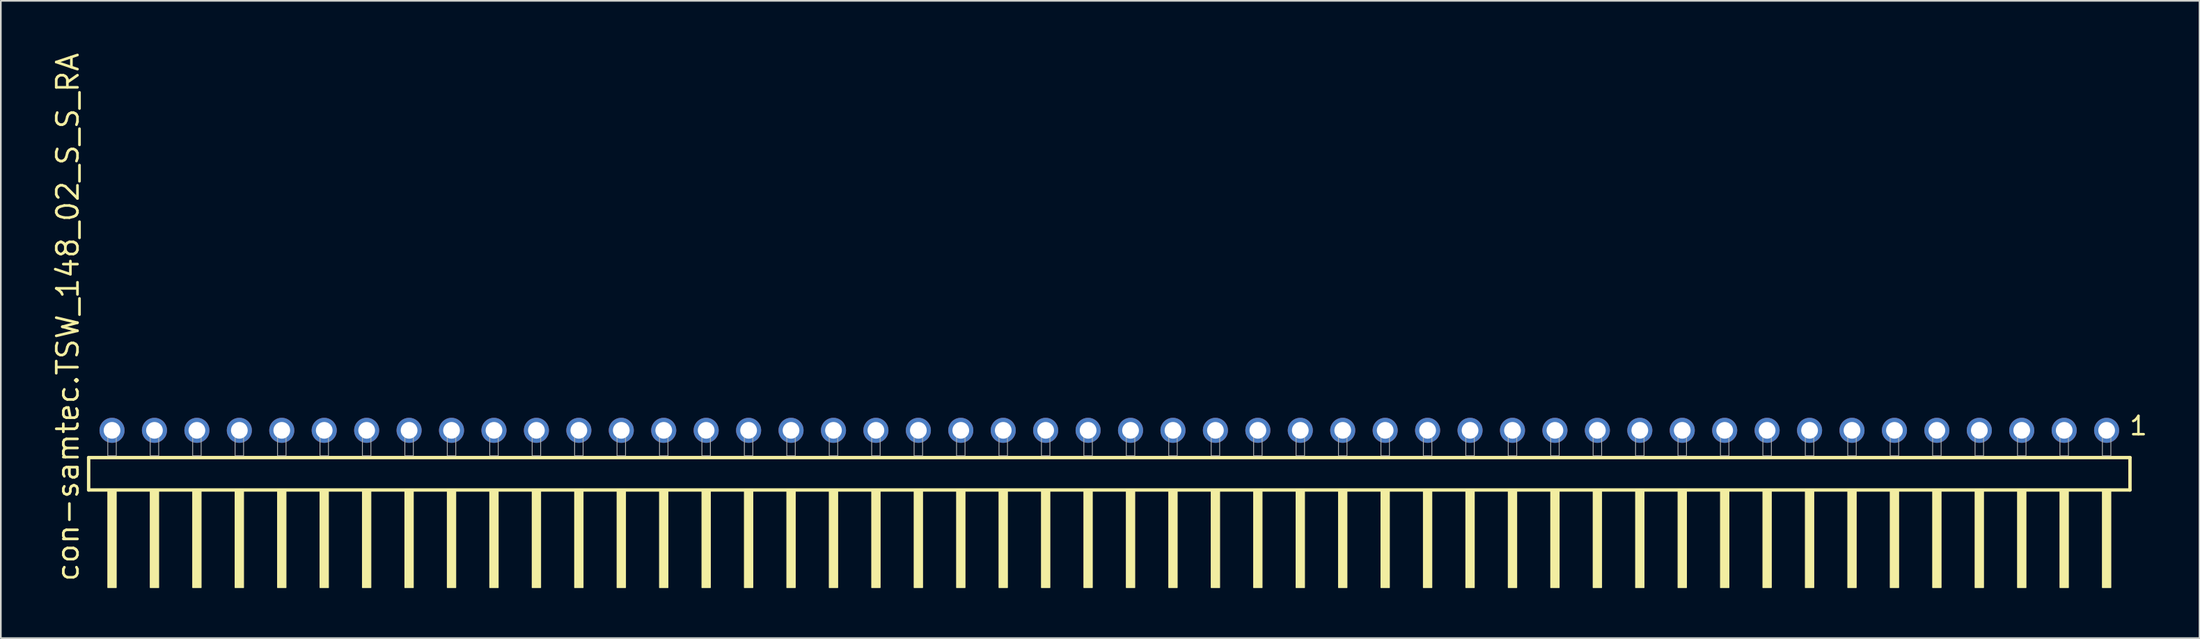
<source format=kicad_pcb>
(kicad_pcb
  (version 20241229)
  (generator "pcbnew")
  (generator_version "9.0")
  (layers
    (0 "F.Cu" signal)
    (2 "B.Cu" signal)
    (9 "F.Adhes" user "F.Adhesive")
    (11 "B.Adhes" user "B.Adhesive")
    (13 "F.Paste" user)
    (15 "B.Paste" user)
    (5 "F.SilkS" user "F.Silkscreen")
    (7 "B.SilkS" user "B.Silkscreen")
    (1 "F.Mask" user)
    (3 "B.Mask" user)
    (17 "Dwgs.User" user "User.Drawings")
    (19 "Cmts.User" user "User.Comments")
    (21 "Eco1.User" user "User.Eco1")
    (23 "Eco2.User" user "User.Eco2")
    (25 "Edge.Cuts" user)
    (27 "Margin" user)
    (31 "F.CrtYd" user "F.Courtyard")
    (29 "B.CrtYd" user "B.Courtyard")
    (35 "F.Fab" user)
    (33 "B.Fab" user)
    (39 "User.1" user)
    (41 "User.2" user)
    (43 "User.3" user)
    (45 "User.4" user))
  (footprint "con-samtec.TSW_148_02_S_S_RA"
    (layer "F.Cu")
    (at 63.345 24.235)
    (property "Reference" "con-samtec.TSW_148_02_S_S_RA" (at -61.595 7.62 90) (layer "F.SilkS") (effects (font (size 1.27 1.27) (thickness 0.16)) (justify left bottom)))
    (attr through_hole)
    (fp_line (start -61.089 0.106) (end -61.089 2.046) (stroke (width 0.203) (type default)) (layer "F.SilkS"))
    (fp_line (start -61.089 2.046) (end 61.089 2.046) (stroke (width 0.203) (type default)) (layer "F.SilkS"))
    (fp_line (start 61.089 0.106) (end -61.089 0.106) (stroke (width 0.203) (type default)) (layer "F.SilkS"))
    (fp_line (start 61.089 2.046) (end 61.089 0.106) (stroke (width 0.203) (type default)) (layer "F.SilkS"))
    (fp_rect (start -59.944 7.89) (end -59.436 2.04) (stroke (width 0.05) (type default)) (fill yes) (layer "F.SilkS"))
    (fp_rect (start -57.404 7.89) (end -56.896 2.04) (stroke (width 0.05) (type default)) (fill yes) (layer "F.SilkS"))
    (fp_rect (start -54.864 7.89) (end -54.356 2.04) (stroke (width 0.05) (type default)) (fill yes) (layer "F.SilkS"))
    (fp_rect (start -52.324 7.89) (end -51.816 2.04) (stroke (width 0.05) (type default)) (fill yes) (layer "F.SilkS"))
    (fp_rect (start -49.784 7.89) (end -49.276 2.04) (stroke (width 0.05) (type default)) (fill yes) (layer "F.SilkS"))
    (fp_rect (start -47.244 7.89) (end -46.736 2.04) (stroke (width 0.05) (type default)) (fill yes) (layer "F.SilkS"))
    (fp_rect (start -44.704 7.89) (end -44.196 2.04) (stroke (width 0.05) (type default)) (fill yes) (layer "F.SilkS"))
    (fp_rect (start -42.164 7.89) (end -41.656 2.04) (stroke (width 0.05) (type default)) (fill yes) (layer "F.SilkS"))
    (fp_rect (start -39.624 7.89) (end -39.116 2.04) (stroke (width 0.05) (type default)) (fill yes) (layer "F.SilkS"))
    (fp_rect (start -37.084 7.89) (end -36.576 2.04) (stroke (width 0.05) (type default)) (fill yes) (layer "F.SilkS"))
    (fp_rect (start -34.544 7.89) (end -34.036 2.04) (stroke (width 0.05) (type default)) (fill yes) (layer "F.SilkS"))
    (fp_rect (start -32.004 7.89) (end -31.496 2.04) (stroke (width 0.05) (type default)) (fill yes) (layer "F.SilkS"))
    (fp_rect (start -29.464 7.89) (end -28.956 2.04) (stroke (width 0.05) (type default)) (fill yes) (layer "F.SilkS"))
    (fp_rect (start -26.924 7.89) (end -26.416 2.04) (stroke (width 0.05) (type default)) (fill yes) (layer "F.SilkS"))
    (fp_rect (start -24.384 7.89) (end -23.876 2.04) (stroke (width 0.05) (type default)) (fill yes) (layer "F.SilkS"))
    (fp_rect (start -21.844 7.89) (end -21.336 2.04) (stroke (width 0.05) (type default)) (fill yes) (layer "F.SilkS"))
    (fp_rect (start -19.304 7.89) (end -18.796 2.04) (stroke (width 0.05) (type default)) (fill yes) (layer "F.SilkS"))
    (fp_rect (start -16.764 7.89) (end -16.256 2.04) (stroke (width 0.05) (type default)) (fill yes) (layer "F.SilkS"))
    (fp_rect (start -14.224 7.89) (end -13.716 2.04) (stroke (width 0.05) (type default)) (fill yes) (layer "F.SilkS"))
    (fp_rect (start -11.684 7.89) (end -11.176 2.04) (stroke (width 0.05) (type default)) (fill yes) (layer "F.SilkS"))
    (fp_rect (start -9.144 7.89) (end -8.636 2.04) (stroke (width 0.05) (type default)) (fill yes) (layer "F.SilkS"))
    (fp_rect (start -6.604 7.89) (end -6.096 2.04) (stroke (width 0.05) (type default)) (fill yes) (layer "F.SilkS"))
    (fp_rect (start -4.064 7.89) (end -3.556 2.04) (stroke (width 0.05) (type default)) (fill yes) (layer "F.SilkS"))
    (fp_rect (start -1.524 7.89) (end -1.016 2.04) (stroke (width 0.05) (type default)) (fill yes) (layer "F.SilkS"))
    (fp_rect (start 1.016 7.89) (end 1.524 2.04) (stroke (width 0.05) (type default)) (fill yes) (layer "F.SilkS"))
    (fp_rect (start 3.556 7.89) (end 4.064 2.04) (stroke (width 0.05) (type default)) (fill yes) (layer "F.SilkS"))
    (fp_rect (start 6.096 7.89) (end 6.604 2.04) (stroke (width 0.05) (type default)) (fill yes) (layer "F.SilkS"))
    (fp_rect (start 8.636 7.89) (end 9.144 2.04) (stroke (width 0.05) (type default)) (fill yes) (layer "F.SilkS"))
    (fp_rect (start 11.176 7.89) (end 11.684 2.04) (stroke (width 0.05) (type default)) (fill yes) (layer "F.SilkS"))
    (fp_rect (start 13.716 7.89) (end 14.224 2.04) (stroke (width 0.05) (type default)) (fill yes) (layer "F.SilkS"))
    (fp_rect (start 16.256 7.89) (end 16.764 2.04) (stroke (width 0.05) (type default)) (fill yes) (layer "F.SilkS"))
    (fp_rect (start 18.796 7.89) (end 19.304 2.04) (stroke (width 0.05) (type default)) (fill yes) (layer "F.SilkS"))
    (fp_rect (start 21.336 7.89) (end 21.844 2.04) (stroke (width 0.05) (type default)) (fill yes) (layer "F.SilkS"))
    (fp_rect (start 23.876 7.89) (end 24.384 2.04) (stroke (width 0.05) (type default)) (fill yes) (layer "F.SilkS"))
    (fp_rect (start 26.416 7.89) (end 26.924 2.04) (stroke (width 0.05) (type default)) (fill yes) (layer "F.SilkS"))
    (fp_rect (start 28.956 7.89) (end 29.464 2.04) (stroke (width 0.05) (type default)) (fill yes) (layer "F.SilkS"))
    (fp_rect (start 31.496 7.89) (end 32.004 2.04) (stroke (width 0.05) (type default)) (fill yes) (layer "F.SilkS"))
    (fp_rect (start 34.036 7.89) (end 34.544 2.04) (stroke (width 0.05) (type default)) (fill yes) (layer "F.SilkS"))
    (fp_rect (start 36.576 7.89) (end 37.084 2.04) (stroke (width 0.05) (type default)) (fill yes) (layer "F.SilkS"))
    (fp_rect (start 39.116 7.89) (end 39.624 2.04) (stroke (width 0.05) (type default)) (fill yes) (layer "F.SilkS"))
    (fp_rect (start 41.656 7.89) (end 42.164 2.04) (stroke (width 0.05) (type default)) (fill yes) (layer "F.SilkS"))
    (fp_rect (start 44.196 7.89) (end 44.704 2.04) (stroke (width 0.05) (type default)) (fill yes) (layer "F.SilkS"))
    (fp_rect (start 46.736 7.89) (end 47.244 2.04) (stroke (width 0.05) (type default)) (fill yes) (layer "F.SilkS"))
    (fp_rect (start 49.276 7.89) (end 49.784 2.04) (stroke (width 0.05) (type default)) (fill yes) (layer "F.SilkS"))
    (fp_rect (start 51.816 7.89) (end 52.324 2.04) (stroke (width 0.05) (type default)) (fill yes) (layer "F.SilkS"))
    (fp_rect (start 54.356 7.89) (end 54.864 2.04) (stroke (width 0.05) (type default)) (fill yes) (layer "F.SilkS"))
    (fp_rect (start 56.896 7.89) (end 57.404 2.04) (stroke (width 0.05) (type default)) (fill yes) (layer "F.SilkS"))
    (fp_rect (start 59.436 7.89) (end 59.944 2.04) (stroke (width 0.05) (type default)) (fill yes) (layer "F.SilkS"))
    (fp_rect (start -59.944 0) (end -59.436 -1.778) (stroke (width 0.05) (type default)) (fill no) (layer "F.Fab"))
    (fp_rect (start -57.404 0) (end -56.896 -1.778) (stroke (width 0.05) (type default)) (fill no) (layer "F.Fab"))
    (fp_rect (start -54.864 0) (end -54.356 -1.778) (stroke (width 0.05) (type default)) (fill no) (layer "F.Fab"))
    (fp_rect (start -52.324 0) (end -51.816 -1.778) (stroke (width 0.05) (type default)) (fill no) (layer "F.Fab"))
    (fp_rect (start -49.784 0) (end -49.276 -1.778) (stroke (width 0.05) (type default)) (fill no) (layer "F.Fab"))
    (fp_rect (start -47.244 0) (end -46.736 -1.778) (stroke (width 0.05) (type default)) (fill no) (layer "F.Fab"))
    (fp_rect (start -44.704 0) (end -44.196 -1.778) (stroke (width 0.05) (type default)) (fill no) (layer "F.Fab"))
    (fp_rect (start -42.164 0) (end -41.656 -1.778) (stroke (width 0.05) (type default)) (fill no) (layer "F.Fab"))
    (fp_rect (start -39.624 0) (end -39.116 -1.778) (stroke (width 0.05) (type default)) (fill no) (layer "F.Fab"))
    (fp_rect (start -37.084 0) (end -36.576 -1.778) (stroke (width 0.05) (type default)) (fill no) (layer "F.Fab"))
    (fp_rect (start -34.544 0) (end -34.036 -1.778) (stroke (width 0.05) (type default)) (fill no) (layer "F.Fab"))
    (fp_rect (start -32.004 0) (end -31.496 -1.778) (stroke (width 0.05) (type default)) (fill no) (layer "F.Fab"))
    (fp_rect (start -29.464 0) (end -28.956 -1.778) (stroke (width 0.05) (type default)) (fill no) (layer "F.Fab"))
    (fp_rect (start -26.924 0) (end -26.416 -1.778) (stroke (width 0.05) (type default)) (fill no) (layer "F.Fab"))
    (fp_rect (start -24.384 0) (end -23.876 -1.778) (stroke (width 0.05) (type default)) (fill no) (layer "F.Fab"))
    (fp_rect (start -21.844 0) (end -21.336 -1.778) (stroke (width 0.05) (type default)) (fill no) (layer "F.Fab"))
    (fp_rect (start -19.304 0) (end -18.796 -1.778) (stroke (width 0.05) (type default)) (fill no) (layer "F.Fab"))
    (fp_rect (start -16.764 0) (end -16.256 -1.778) (stroke (width 0.05) (type default)) (fill no) (layer "F.Fab"))
    (fp_rect (start -14.224 0) (end -13.716 -1.778) (stroke (width 0.05) (type default)) (fill no) (layer "F.Fab"))
    (fp_rect (start -11.684 0) (end -11.176 -1.778) (stroke (width 0.05) (type default)) (fill no) (layer "F.Fab"))
    (fp_rect (start -9.144 0) (end -8.636 -1.778) (stroke (width 0.05) (type default)) (fill no) (layer "F.Fab"))
    (fp_rect (start -6.604 0) (end -6.096 -1.778) (stroke (width 0.05) (type default)) (fill no) (layer "F.Fab"))
    (fp_rect (start -4.064 0) (end -3.556 -1.778) (stroke (width 0.05) (type default)) (fill no) (layer "F.Fab"))
    (fp_rect (start -1.524 0) (end -1.016 -1.778) (stroke (width 0.05) (type default)) (fill no) (layer "F.Fab"))
    (fp_rect (start 1.016 0) (end 1.524 -1.778) (stroke (width 0.05) (type default)) (fill no) (layer "F.Fab"))
    (fp_rect (start 3.556 0) (end 4.064 -1.778) (stroke (width 0.05) (type default)) (fill no) (layer "F.Fab"))
    (fp_rect (start 6.096 0) (end 6.604 -1.778) (stroke (width 0.05) (type default)) (fill no) (layer "F.Fab"))
    (fp_rect (start 8.636 0) (end 9.144 -1.778) (stroke (width 0.05) (type default)) (fill no) (layer "F.Fab"))
    (fp_rect (start 11.176 0) (end 11.684 -1.778) (stroke (width 0.05) (type default)) (fill no) (layer "F.Fab"))
    (fp_rect (start 13.716 0) (end 14.224 -1.778) (stroke (width 0.05) (type default)) (fill no) (layer "F.Fab"))
    (fp_rect (start 16.256 0) (end 16.764 -1.778) (stroke (width 0.05) (type default)) (fill no) (layer "F.Fab"))
    (fp_rect (start 18.796 0) (end 19.304 -1.778) (stroke (width 0.05) (type default)) (fill no) (layer "F.Fab"))
    (fp_rect (start 21.336 0) (end 21.844 -1.778) (stroke (width 0.05) (type default)) (fill no) (layer "F.Fab"))
    (fp_rect (start 23.876 0) (end 24.384 -1.778) (stroke (width 0.05) (type default)) (fill no) (layer "F.Fab"))
    (fp_rect (start 26.416 0) (end 26.924 -1.778) (stroke (width 0.05) (type default)) (fill no) (layer "F.Fab"))
    (fp_rect (start 28.956 0) (end 29.464 -1.778) (stroke (width 0.05) (type default)) (fill no) (layer "F.Fab"))
    (fp_rect (start 31.496 0) (end 32.004 -1.778) (stroke (width 0.05) (type default)) (fill no) (layer "F.Fab"))
    (fp_rect (start 34.036 0) (end 34.544 -1.778) (stroke (width 0.05) (type default)) (fill no) (layer "F.Fab"))
    (fp_rect (start 36.576 0) (end 37.084 -1.778) (stroke (width 0.05) (type default)) (fill no) (layer "F.Fab"))
    (fp_rect (start 39.116 0) (end 39.624 -1.778) (stroke (width 0.05) (type default)) (fill no) (layer "F.Fab"))
    (fp_rect (start 41.656 0) (end 42.164 -1.778) (stroke (width 0.05) (type default)) (fill no) (layer "F.Fab"))
    (fp_rect (start 44.196 0) (end 44.704 -1.778) (stroke (width 0.05) (type default)) (fill no) (layer "F.Fab"))
    (fp_rect (start 46.736 0) (end 47.244 -1.778) (stroke (width 0.05) (type default)) (fill no) (layer "F.Fab"))
    (fp_rect (start 49.276 0) (end 49.784 -1.778) (stroke (width 0.05) (type default)) (fill no) (layer "F.Fab"))
    (fp_rect (start 51.816 0) (end 52.324 -1.778) (stroke (width 0.05) (type default)) (fill no) (layer "F.Fab"))
    (fp_rect (start 54.356 0) (end 54.864 -1.778) (stroke (width 0.05) (type default)) (fill no) (layer "F.Fab"))
    (fp_rect (start 56.896 0) (end 57.404 -1.778) (stroke (width 0.05) (type default)) (fill no) (layer "F.Fab"))
    (fp_rect (start 59.436 0) (end 59.944 -1.778) (stroke (width 0.05) (type default)) (fill no) (layer "F.Fab"))
    (fp_text user "1" (at 60.972 -1.152 0) (layer "F.SilkS") (effects (font (size 1.1 1.1) (thickness 0.15)) (justify left bottom)))
    (pad "1" thru_hole circle (at 59.69 -1.524 180) (size 1.5 1.5) (drill 1) (layers "*.Cu" "*.Mask"))
    (pad "2" thru_hole circle (at 57.15 -1.524 180) (size 1.5 1.5) (drill 1) (layers "*.Cu" "*.Mask"))
    (pad "3" thru_hole circle (at 54.61 -1.524 180) (size 1.5 1.5) (drill 1) (layers "*.Cu" "*.Mask"))
    (pad "4" thru_hole circle (at 52.07 -1.524 180) (size 1.5 1.5) (drill 1) (layers "*.Cu" "*.Mask"))
    (pad "5" thru_hole circle (at 49.53 -1.524 180) (size 1.5 1.5) (drill 1) (layers "*.Cu" "*.Mask"))
    (pad "6" thru_hole circle (at 46.99 -1.524 180) (size 1.5 1.5) (drill 1) (layers "*.Cu" "*.Mask"))
    (pad "7" thru_hole circle (at 44.45 -1.524 180) (size 1.5 1.5) (drill 1) (layers "*.Cu" "*.Mask"))
    (pad "8" thru_hole circle (at 41.91 -1.524 180) (size 1.5 1.5) (drill 1) (layers "*.Cu" "*.Mask"))
    (pad "9" thru_hole circle (at 39.37 -1.524 180) (size 1.5 1.5) (drill 1) (layers "*.Cu" "*.Mask"))
    (pad "10" thru_hole circle (at 36.83 -1.524 180) (size 1.5 1.5) (drill 1) (layers "*.Cu" "*.Mask"))
    (pad "11" thru_hole circle (at 34.29 -1.524 180) (size 1.5 1.5) (drill 1) (layers "*.Cu" "*.Mask"))
    (pad "12" thru_hole circle (at 31.75 -1.524 180) (size 1.5 1.5) (drill 1) (layers "*.Cu" "*.Mask"))
    (pad "13" thru_hole circle (at 29.21 -1.524 180) (size 1.5 1.5) (drill 1) (layers "*.Cu" "*.Mask"))
    (pad "14" thru_hole circle (at 26.67 -1.524 180) (size 1.5 1.5) (drill 1) (layers "*.Cu" "*.Mask"))
    (pad "15" thru_hole circle (at 24.13 -1.524 180) (size 1.5 1.5) (drill 1) (layers "*.Cu" "*.Mask"))
    (pad "16" thru_hole circle (at 21.59 -1.524 180) (size 1.5 1.5) (drill 1) (layers "*.Cu" "*.Mask"))
    (pad "17" thru_hole circle (at 19.05 -1.524 180) (size 1.5 1.5) (drill 1) (layers "*.Cu" "*.Mask"))
    (pad "18" thru_hole circle (at 16.51 -1.524 180) (size 1.5 1.5) (drill 1) (layers "*.Cu" "*.Mask"))
    (pad "19" thru_hole circle (at 13.97 -1.524 180) (size 1.5 1.5) (drill 1) (layers "*.Cu" "*.Mask"))
    (pad "20" thru_hole circle (at 11.43 -1.524 180) (size 1.5 1.5) (drill 1) (layers "*.Cu" "*.Mask"))
    (pad "21" thru_hole circle (at 8.89 -1.524 180) (size 1.5 1.5) (drill 1) (layers "*.Cu" "*.Mask"))
    (pad "22" thru_hole circle (at 6.35 -1.524 180) (size 1.5 1.5) (drill 1) (layers "*.Cu" "*.Mask"))
    (pad "23" thru_hole circle (at 3.81 -1.524 180) (size 1.5 1.5) (drill 1) (layers "*.Cu" "*.Mask"))
    (pad "24" thru_hole circle (at 1.27 -1.524 180) (size 1.5 1.5) (drill 1) (layers "*.Cu" "*.Mask"))
    (pad "25" thru_hole circle (at -1.27 -1.524 180) (size 1.5 1.5) (drill 1) (layers "*.Cu" "*.Mask"))
    (pad "26" thru_hole circle (at -3.81 -1.524 180) (size 1.5 1.5) (drill 1) (layers "*.Cu" "*.Mask"))
    (pad "27" thru_hole circle (at -6.35 -1.524 180) (size 1.5 1.5) (drill 1) (layers "*.Cu" "*.Mask"))
    (pad "28" thru_hole circle (at -8.89 -1.524 180) (size 1.5 1.5) (drill 1) (layers "*.Cu" "*.Mask"))
    (pad "29" thru_hole circle (at -11.43 -1.524 180) (size 1.5 1.5) (drill 1) (layers "*.Cu" "*.Mask"))
    (pad "30" thru_hole circle (at -13.97 -1.524 180) (size 1.5 1.5) (drill 1) (layers "*.Cu" "*.Mask"))
    (pad "31" thru_hole circle (at -16.51 -1.524 180) (size 1.5 1.5) (drill 1) (layers "*.Cu" "*.Mask"))
    (pad "32" thru_hole circle (at -19.05 -1.524 180) (size 1.5 1.5) (drill 1) (layers "*.Cu" "*.Mask"))
    (pad "33" thru_hole circle (at -21.59 -1.524 180) (size 1.5 1.5) (drill 1) (layers "*.Cu" "*.Mask"))
    (pad "34" thru_hole circle (at -24.13 -1.524 180) (size 1.5 1.5) (drill 1) (layers "*.Cu" "*.Mask"))
    (pad "35" thru_hole circle (at -26.67 -1.524 180) (size 1.5 1.5) (drill 1) (layers "*.Cu" "*.Mask"))
    (pad "36" thru_hole circle (at -29.21 -1.524 180) (size 1.5 1.5) (drill 1) (layers "*.Cu" "*.Mask"))
    (pad "37" thru_hole circle (at -31.75 -1.524 180) (size 1.5 1.5) (drill 1) (layers "*.Cu" "*.Mask"))
    (pad "38" thru_hole circle (at -34.29 -1.524 180) (size 1.5 1.5) (drill 1) (layers "*.Cu" "*.Mask"))
    (pad "39" thru_hole circle (at -36.83 -1.524 180) (size 1.5 1.5) (drill 1) (layers "*.Cu" "*.Mask"))
    (pad "40" thru_hole circle (at -39.37 -1.524 180) (size 1.5 1.5) (drill 1) (layers "*.Cu" "*.Mask"))
    (pad "41" thru_hole circle (at -41.91 -1.524 180) (size 1.5 1.5) (drill 1) (layers "*.Cu" "*.Mask"))
    (pad "42" thru_hole circle (at -44.45 -1.524 180) (size 1.5 1.5) (drill 1) (layers "*.Cu" "*.Mask"))
    (pad "43" thru_hole circle (at -46.99 -1.524 180) (size 1.5 1.5) (drill 1) (layers "*.Cu" "*.Mask"))
    (pad "44" thru_hole circle (at -49.53 -1.524 180) (size 1.5 1.5) (drill 1) (layers "*.Cu" "*.Mask"))
    (pad "45" thru_hole circle (at -52.07 -1.524 180) (size 1.5 1.5) (drill 1) (layers "*.Cu" "*.Mask"))
    (pad "46" thru_hole circle (at -54.61 -1.524 180) (size 1.5 1.5) (drill 1) (layers "*.Cu" "*.Mask"))
    (pad "47" thru_hole circle (at -57.15 -1.524 180) (size 1.5 1.5) (drill 1) (layers "*.Cu" "*.Mask"))
    (pad "48" thru_hole circle (at -59.69 -1.524 180) (size 1.5 1.5) (drill 1) (layers "*.Cu" "*.Mask")))
  (gr_rect
    (start -3 -3)
    (end 128.595 35.15)
    (stroke (width 0.1) (type default))
    (fill no)
    (layer "Edge.Cuts")))
</source>
